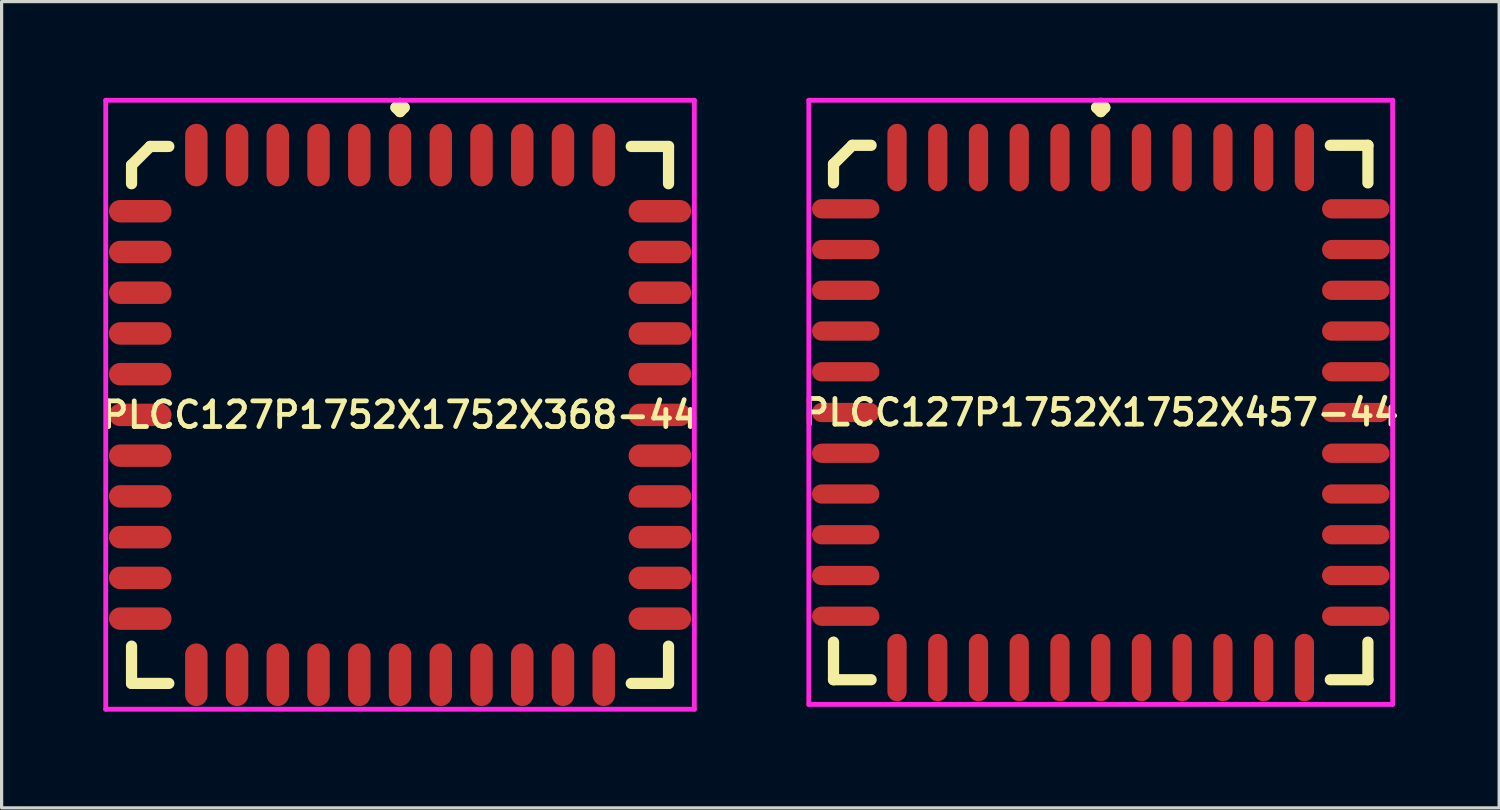
<source format=kicad_pcb>
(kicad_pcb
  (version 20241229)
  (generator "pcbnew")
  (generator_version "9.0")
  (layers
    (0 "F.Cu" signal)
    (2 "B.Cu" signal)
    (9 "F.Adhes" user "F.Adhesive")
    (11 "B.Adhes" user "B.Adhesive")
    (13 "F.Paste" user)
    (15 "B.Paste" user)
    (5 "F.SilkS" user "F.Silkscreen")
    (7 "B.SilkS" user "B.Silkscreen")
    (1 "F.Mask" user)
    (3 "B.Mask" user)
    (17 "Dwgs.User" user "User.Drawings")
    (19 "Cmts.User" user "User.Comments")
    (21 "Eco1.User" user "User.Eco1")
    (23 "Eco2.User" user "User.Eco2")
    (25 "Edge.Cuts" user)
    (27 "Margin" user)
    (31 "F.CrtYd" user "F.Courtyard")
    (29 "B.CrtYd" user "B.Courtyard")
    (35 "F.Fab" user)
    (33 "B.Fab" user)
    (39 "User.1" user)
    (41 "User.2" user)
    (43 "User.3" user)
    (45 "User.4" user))
  (footprint "PLCC127P1752X1752X368-44"
    (layer "F.Cu")
    (at 9.421 9.885)
    (property "Reference" "PLCC127P1752X1752X368-44" (at 0 0 0) (layer "F.SilkS") (effects (font (size 0.8 0.8) (thickness 0.15))))
    (attr smd)
    (fp_line (start -8.37 -7.789) (end -7.789 -8.37) (stroke (width 0.35) (type solid)) (layer "F.SilkS"))
    (fp_line (start -8.37 -7.208) (end -8.37 -7.789) (stroke (width 0.35) (type solid)) (layer "F.SilkS"))
    (fp_line (start -8.37 7.208) (end -8.37 8.37) (stroke (width 0.35) (type solid)) (layer "F.SilkS"))
    (fp_line (start -8.37 8.37) (end -7.208 8.37) (stroke (width 0.35) (type solid)) (layer "F.SilkS"))
    (fp_line (start -7.789 -8.37) (end -7.208 -8.37) (stroke (width 0.35) (type solid)) (layer "F.SilkS"))
    (fp_line (start -0.127 -9.583) (end 0 -9.71) (stroke (width 0.35) (type solid)) (layer "F.SilkS"))
    (fp_line (start 0 -9.71) (end 0.127 -9.583) (stroke (width 0.35) (type solid)) (layer "F.SilkS"))
    (fp_line (start 0 -9.456) (end -0.127 -9.583) (stroke (width 0.35) (type solid)) (layer "F.SilkS"))
    (fp_line (start 0.127 -9.583) (end 0 -9.456) (stroke (width 0.35) (type solid)) (layer "F.SilkS"))
    (fp_line (start 8.37 -8.37) (end 7.208 -8.37) (stroke (width 0.35) (type solid)) (layer "F.SilkS"))
    (fp_line (start 8.37 -7.208) (end 8.37 -8.37) (stroke (width 0.35) (type solid)) (layer "F.SilkS"))
    (fp_line (start 8.37 7.208) (end 8.37 8.37) (stroke (width 0.35) (type solid)) (layer "F.SilkS"))
    (fp_line (start 8.37 8.37) (end 7.208 8.37) (stroke (width 0.35) (type solid)) (layer "F.SilkS"))
    (fp_line (start -9.175 -9.81) (end 9.175 -9.81) (stroke (width 0.15) (type solid)) (layer "F.CrtYd"))
    (fp_line (start -9.175 9.175) (end -9.175 -9.81) (stroke (width 0.15) (type solid)) (layer "F.CrtYd"))
    (fp_line (start 9.175 -9.81) (end 9.175 9.175) (stroke (width 0.15) (type solid)) (layer "F.CrtYd"))
    (fp_line (start 9.175 9.175) (end -9.175 9.175) (stroke (width 0.15) (type solid)) (layer "F.CrtYd"))
    (pad "1" smd oval (at 0 -8.1) (size 0.7 1.95) (layers "F.Cu" "F.Mask" "F.Paste"))
    (pad "2" smd oval (at -1.27 -8.1) (size 0.7 1.95) (layers "F.Cu" "F.Mask" "F.Paste"))
    (pad "3" smd oval (at -2.54 -8.1) (size 0.7 1.95) (layers "F.Cu" "F.Mask" "F.Paste"))
    (pad "4" smd oval (at -3.81 -8.1) (size 0.7 1.95) (layers "F.Cu" "F.Mask" "F.Paste"))
    (pad "5" smd oval (at -5.08 -8.1) (size 0.7 1.95) (layers "F.Cu" "F.Mask" "F.Paste"))
    (pad "6" smd oval (at -6.35 -8.1) (size 0.7 1.95) (layers "F.Cu" "F.Mask" "F.Paste"))
    (pad "7" smd oval (at -8.1 -6.35) (size 1.95 0.7) (layers "F.Cu" "F.Mask" "F.Paste"))
    (pad "8" smd oval (at -8.1 -5.08) (size 1.95 0.7) (layers "F.Cu" "F.Mask" "F.Paste"))
    (pad "9" smd oval (at -8.1 -3.81) (size 1.95 0.7) (layers "F.Cu" "F.Mask" "F.Paste"))
    (pad "10" smd oval (at -8.1 -2.54) (size 1.95 0.7) (layers "F.Cu" "F.Mask" "F.Paste"))
    (pad "11" smd oval (at -8.1 -1.27) (size 1.95 0.7) (layers "F.Cu" "F.Mask" "F.Paste"))
    (pad "12" smd oval (at -8.1 0) (size 1.95 0.7) (layers "F.Cu" "F.Mask" "F.Paste"))
    (pad "13" smd oval (at -8.1 1.27) (size 1.95 0.7) (layers "F.Cu" "F.Mask" "F.Paste"))
    (pad "14" smd oval (at -8.1 2.54) (size 1.95 0.7) (layers "F.Cu" "F.Mask" "F.Paste"))
    (pad "15" smd oval (at -8.1 3.81) (size 1.95 0.7) (layers "F.Cu" "F.Mask" "F.Paste"))
    (pad "16" smd oval (at -8.1 5.08) (size 1.95 0.7) (layers "F.Cu" "F.Mask" "F.Paste"))
    (pad "17" smd oval (at -8.1 6.35) (size 1.95 0.7) (layers "F.Cu" "F.Mask" "F.Paste"))
    (pad "18" smd oval (at -6.35 8.1) (size 0.7 1.95) (layers "F.Cu" "F.Mask" "F.Paste"))
    (pad "19" smd oval (at -5.08 8.1) (size 0.7 1.95) (layers "F.Cu" "F.Mask" "F.Paste"))
    (pad "20" smd oval (at -3.81 8.1) (size 0.7 1.95) (layers "F.Cu" "F.Mask" "F.Paste"))
    (pad "21" smd oval (at -2.54 8.1) (size 0.7 1.95) (layers "F.Cu" "F.Mask" "F.Paste"))
    (pad "22" smd oval (at -1.27 8.1) (size 0.7 1.95) (layers "F.Cu" "F.Mask" "F.Paste"))
    (pad "23" smd oval (at 0 8.1) (size 0.7 1.95) (layers "F.Cu" "F.Mask" "F.Paste"))
    (pad "24" smd oval (at 1.27 8.1) (size 0.7 1.95) (layers "F.Cu" "F.Mask" "F.Paste"))
    (pad "25" smd oval (at 2.54 8.1) (size 0.7 1.95) (layers "F.Cu" "F.Mask" "F.Paste"))
    (pad "26" smd oval (at 3.81 8.1) (size 0.7 1.95) (layers "F.Cu" "F.Mask" "F.Paste"))
    (pad "27" smd oval (at 5.08 8.1) (size 0.7 1.95) (layers "F.Cu" "F.Mask" "F.Paste"))
    (pad "28" smd oval (at 6.35 8.1) (size 0.7 1.95) (layers "F.Cu" "F.Mask" "F.Paste"))
    (pad "29" smd oval (at 8.1 6.35) (size 1.95 0.7) (layers "F.Cu" "F.Mask" "F.Paste"))
    (pad "30" smd oval (at 8.1 5.08) (size 1.95 0.7) (layers "F.Cu" "F.Mask" "F.Paste"))
    (pad "31" smd oval (at 8.1 3.81) (size 1.95 0.7) (layers "F.Cu" "F.Mask" "F.Paste"))
    (pad "32" smd oval (at 8.1 2.54) (size 1.95 0.7) (layers "F.Cu" "F.Mask" "F.Paste"))
    (pad "33" smd oval (at 8.1 1.27) (size 1.95 0.7) (layers "F.Cu" "F.Mask" "F.Paste"))
    (pad "34" smd oval (at 8.1 0) (size 1.95 0.7) (layers "F.Cu" "F.Mask" "F.Paste"))
    (pad "35" smd oval (at 8.1 -1.27) (size 1.95 0.7) (layers "F.Cu" "F.Mask" "F.Paste"))
    (pad "36" smd oval (at 8.1 -2.54) (size 1.95 0.7) (layers "F.Cu" "F.Mask" "F.Paste"))
    (pad "37" smd oval (at 8.1 -3.81) (size 1.95 0.7) (layers "F.Cu" "F.Mask" "F.Paste"))
    (pad "38" smd oval (at 8.1 -5.08) (size 1.95 0.7) (layers "F.Cu" "F.Mask" "F.Paste"))
    (pad "39" smd oval (at 8.1 -6.35) (size 1.95 0.7) (layers "F.Cu" "F.Mask" "F.Paste"))
    (pad "40" smd oval (at 6.35 -8.1) (size 0.7 1.95) (layers "F.Cu" "F.Mask" "F.Paste"))
    (pad "41" smd oval (at 5.08 -8.1) (size 0.7 1.95) (layers "F.Cu" "F.Mask" "F.Paste"))
    (pad "42" smd oval (at 3.81 -8.1) (size 0.7 1.95) (layers "F.Cu" "F.Mask" "F.Paste"))
    (pad "43" smd oval (at 2.54 -8.1) (size 0.7 1.95) (layers "F.Cu" "F.Mask" "F.Paste"))
    (pad "44" smd oval (at 1.27 -8.1) (size 0.7 1.95) (layers "F.Cu" "F.Mask" "F.Paste")))
  (footprint "PLCC127P1752X1752X457-44"
    (layer "F.Cu")
    (at 31.264 9.81)
    (property "Reference" "PLCC127P1752X1752X457-44" (at 0 0 0) (layer "F.SilkS") (effects (font (size 0.8 0.8) (thickness 0.15))))
    (attr smd)
    (fp_line (start -8.33 -7.744) (end -7.744 -8.33) (stroke (width 0.35) (type solid)) (layer "F.SilkS"))
    (fp_line (start -8.33 -7.158) (end -8.33 -7.744) (stroke (width 0.35) (type solid)) (layer "F.SilkS"))
    (fp_line (start -8.33 7.158) (end -8.33 8.33) (stroke (width 0.35) (type solid)) (layer "F.SilkS"))
    (fp_line (start -8.33 8.33) (end -7.158 8.33) (stroke (width 0.35) (type solid)) (layer "F.SilkS"))
    (fp_line (start -7.744 -8.33) (end -7.158 -8.33) (stroke (width 0.35) (type solid)) (layer "F.SilkS"))
    (fp_line (start -0.127 -9.508) (end 0 -9.635) (stroke (width 0.35) (type solid)) (layer "F.SilkS"))
    (fp_line (start 0 -9.635) (end 0.127 -9.508) (stroke (width 0.35) (type solid)) (layer "F.SilkS"))
    (fp_line (start 0 -9.381) (end -0.127 -9.508) (stroke (width 0.35) (type solid)) (layer "F.SilkS"))
    (fp_line (start 0.127 -9.508) (end 0 -9.381) (stroke (width 0.35) (type solid)) (layer "F.SilkS"))
    (fp_line (start 8.33 -8.33) (end 7.158 -8.33) (stroke (width 0.35) (type solid)) (layer "F.SilkS"))
    (fp_line (start 8.33 -7.158) (end 8.33 -8.33) (stroke (width 0.35) (type solid)) (layer "F.SilkS"))
    (fp_line (start 8.33 7.158) (end 8.33 8.33) (stroke (width 0.35) (type solid)) (layer "F.SilkS"))
    (fp_line (start 8.33 8.33) (end 7.158 8.33) (stroke (width 0.35) (type solid)) (layer "F.SilkS"))
    (fp_line (start -9.1 -9.735) (end 9.1 -9.735) (stroke (width 0.15) (type solid)) (layer "F.CrtYd"))
    (fp_line (start -9.1 9.1) (end -9.1 -9.735) (stroke (width 0.15) (type solid)) (layer "F.CrtYd"))
    (fp_line (start 9.1 -9.735) (end 9.1 9.1) (stroke (width 0.15) (type solid)) (layer "F.CrtYd"))
    (fp_line (start 9.1 9.1) (end -9.1 9.1) (stroke (width 0.15) (type solid)) (layer "F.CrtYd"))
    (pad "1" smd oval (at 0 -7.95) (size 0.6 2.1) (layers "F.Cu" "F.Mask" "F.Paste"))
    (pad "2" smd oval (at -1.27 -7.95) (size 0.6 2.1) (layers "F.Cu" "F.Mask" "F.Paste"))
    (pad "3" smd oval (at -2.54 -7.95) (size 0.6 2.1) (layers "F.Cu" "F.Mask" "F.Paste"))
    (pad "4" smd oval (at -3.81 -7.95) (size 0.6 2.1) (layers "F.Cu" "F.Mask" "F.Paste"))
    (pad "5" smd oval (at -5.08 -7.95) (size 0.6 2.1) (layers "F.Cu" "F.Mask" "F.Paste"))
    (pad "6" smd oval (at -6.35 -7.95) (size 0.6 2.1) (layers "F.Cu" "F.Mask" "F.Paste"))
    (pad "7" smd oval (at -7.95 -6.35) (size 2.1 0.6) (layers "F.Cu" "F.Mask" "F.Paste"))
    (pad "8" smd oval (at -7.95 -5.08) (size 2.1 0.6) (layers "F.Cu" "F.Mask" "F.Paste"))
    (pad "9" smd oval (at -7.95 -3.81) (size 2.1 0.6) (layers "F.Cu" "F.Mask" "F.Paste"))
    (pad "10" smd oval (at -7.95 -2.54) (size 2.1 0.6) (layers "F.Cu" "F.Mask" "F.Paste"))
    (pad "11" smd oval (at -7.95 -1.27) (size 2.1 0.6) (layers "F.Cu" "F.Mask" "F.Paste"))
    (pad "12" smd oval (at -7.95 0) (size 2.1 0.6) (layers "F.Cu" "F.Mask" "F.Paste"))
    (pad "13" smd oval (at -7.95 1.27) (size 2.1 0.6) (layers "F.Cu" "F.Mask" "F.Paste"))
    (pad "14" smd oval (at -7.95 2.54) (size 2.1 0.6) (layers "F.Cu" "F.Mask" "F.Paste"))
    (pad "15" smd oval (at -7.95 3.81) (size 2.1 0.6) (layers "F.Cu" "F.Mask" "F.Paste"))
    (pad "16" smd oval (at -7.95 5.08) (size 2.1 0.6) (layers "F.Cu" "F.Mask" "F.Paste"))
    (pad "17" smd oval (at -7.95 6.35) (size 2.1 0.6) (layers "F.Cu" "F.Mask" "F.Paste"))
    (pad "18" smd oval (at -6.35 7.95) (size 0.6 2.1) (layers "F.Cu" "F.Mask" "F.Paste"))
    (pad "19" smd oval (at -5.08 7.95) (size 0.6 2.1) (layers "F.Cu" "F.Mask" "F.Paste"))
    (pad "20" smd oval (at -3.81 7.95) (size 0.6 2.1) (layers "F.Cu" "F.Mask" "F.Paste"))
    (pad "21" smd oval (at -2.54 7.95) (size 0.6 2.1) (layers "F.Cu" "F.Mask" "F.Paste"))
    (pad "22" smd oval (at -1.27 7.95) (size 0.6 2.1) (layers "F.Cu" "F.Mask" "F.Paste"))
    (pad "23" smd oval (at 0 7.95) (size 0.6 2.1) (layers "F.Cu" "F.Mask" "F.Paste"))
    (pad "24" smd oval (at 1.27 7.95) (size 0.6 2.1) (layers "F.Cu" "F.Mask" "F.Paste"))
    (pad "25" smd oval (at 2.54 7.95) (size 0.6 2.1) (layers "F.Cu" "F.Mask" "F.Paste"))
    (pad "26" smd oval (at 3.81 7.95) (size 0.6 2.1) (layers "F.Cu" "F.Mask" "F.Paste"))
    (pad "27" smd oval (at 5.08 7.95) (size 0.6 2.1) (layers "F.Cu" "F.Mask" "F.Paste"))
    (pad "28" smd oval (at 6.35 7.95) (size 0.6 2.1) (layers "F.Cu" "F.Mask" "F.Paste"))
    (pad "29" smd oval (at 7.95 6.35) (size 2.1 0.6) (layers "F.Cu" "F.Mask" "F.Paste"))
    (pad "30" smd oval (at 7.95 5.08) (size 2.1 0.6) (layers "F.Cu" "F.Mask" "F.Paste"))
    (pad "31" smd oval (at 7.95 3.81) (size 2.1 0.6) (layers "F.Cu" "F.Mask" "F.Paste"))
    (pad "32" smd oval (at 7.95 2.54) (size 2.1 0.6) (layers "F.Cu" "F.Mask" "F.Paste"))
    (pad "33" smd oval (at 7.95 1.27) (size 2.1 0.6) (layers "F.Cu" "F.Mask" "F.Paste"))
    (pad "34" smd oval (at 7.95 0) (size 2.1 0.6) (layers "F.Cu" "F.Mask" "F.Paste"))
    (pad "35" smd oval (at 7.95 -1.27) (size 2.1 0.6) (layers "F.Cu" "F.Mask" "F.Paste"))
    (pad "36" smd oval (at 7.95 -2.54) (size 2.1 0.6) (layers "F.Cu" "F.Mask" "F.Paste"))
    (pad "37" smd oval (at 7.95 -3.81) (size 2.1 0.6) (layers "F.Cu" "F.Mask" "F.Paste"))
    (pad "38" smd oval (at 7.95 -5.08) (size 2.1 0.6) (layers "F.Cu" "F.Mask" "F.Paste"))
    (pad "39" smd oval (at 7.95 -6.35) (size 2.1 0.6) (layers "F.Cu" "F.Mask" "F.Paste"))
    (pad "40" smd oval (at 6.35 -7.95) (size 0.6 2.1) (layers "F.Cu" "F.Mask" "F.Paste"))
    (pad "41" smd oval (at 5.08 -7.95) (size 0.6 2.1) (layers "F.Cu" "F.Mask" "F.Paste"))
    (pad "42" smd oval (at 3.81 -7.95) (size 0.6 2.1) (layers "F.Cu" "F.Mask" "F.Paste"))
    (pad "43" smd oval (at 2.54 -7.95) (size 0.6 2.1) (layers "F.Cu" "F.Mask" "F.Paste"))
    (pad "44" smd oval (at 1.27 -7.95) (size 0.6 2.1) (layers "F.Cu" "F.Mask" "F.Paste")))
  (gr_rect
    (start -3 -3)
    (end 43.685 22.135)
    (stroke (width 0.1) (type default))
    (fill no)
    (layer "Edge.Cuts")))
</source>
